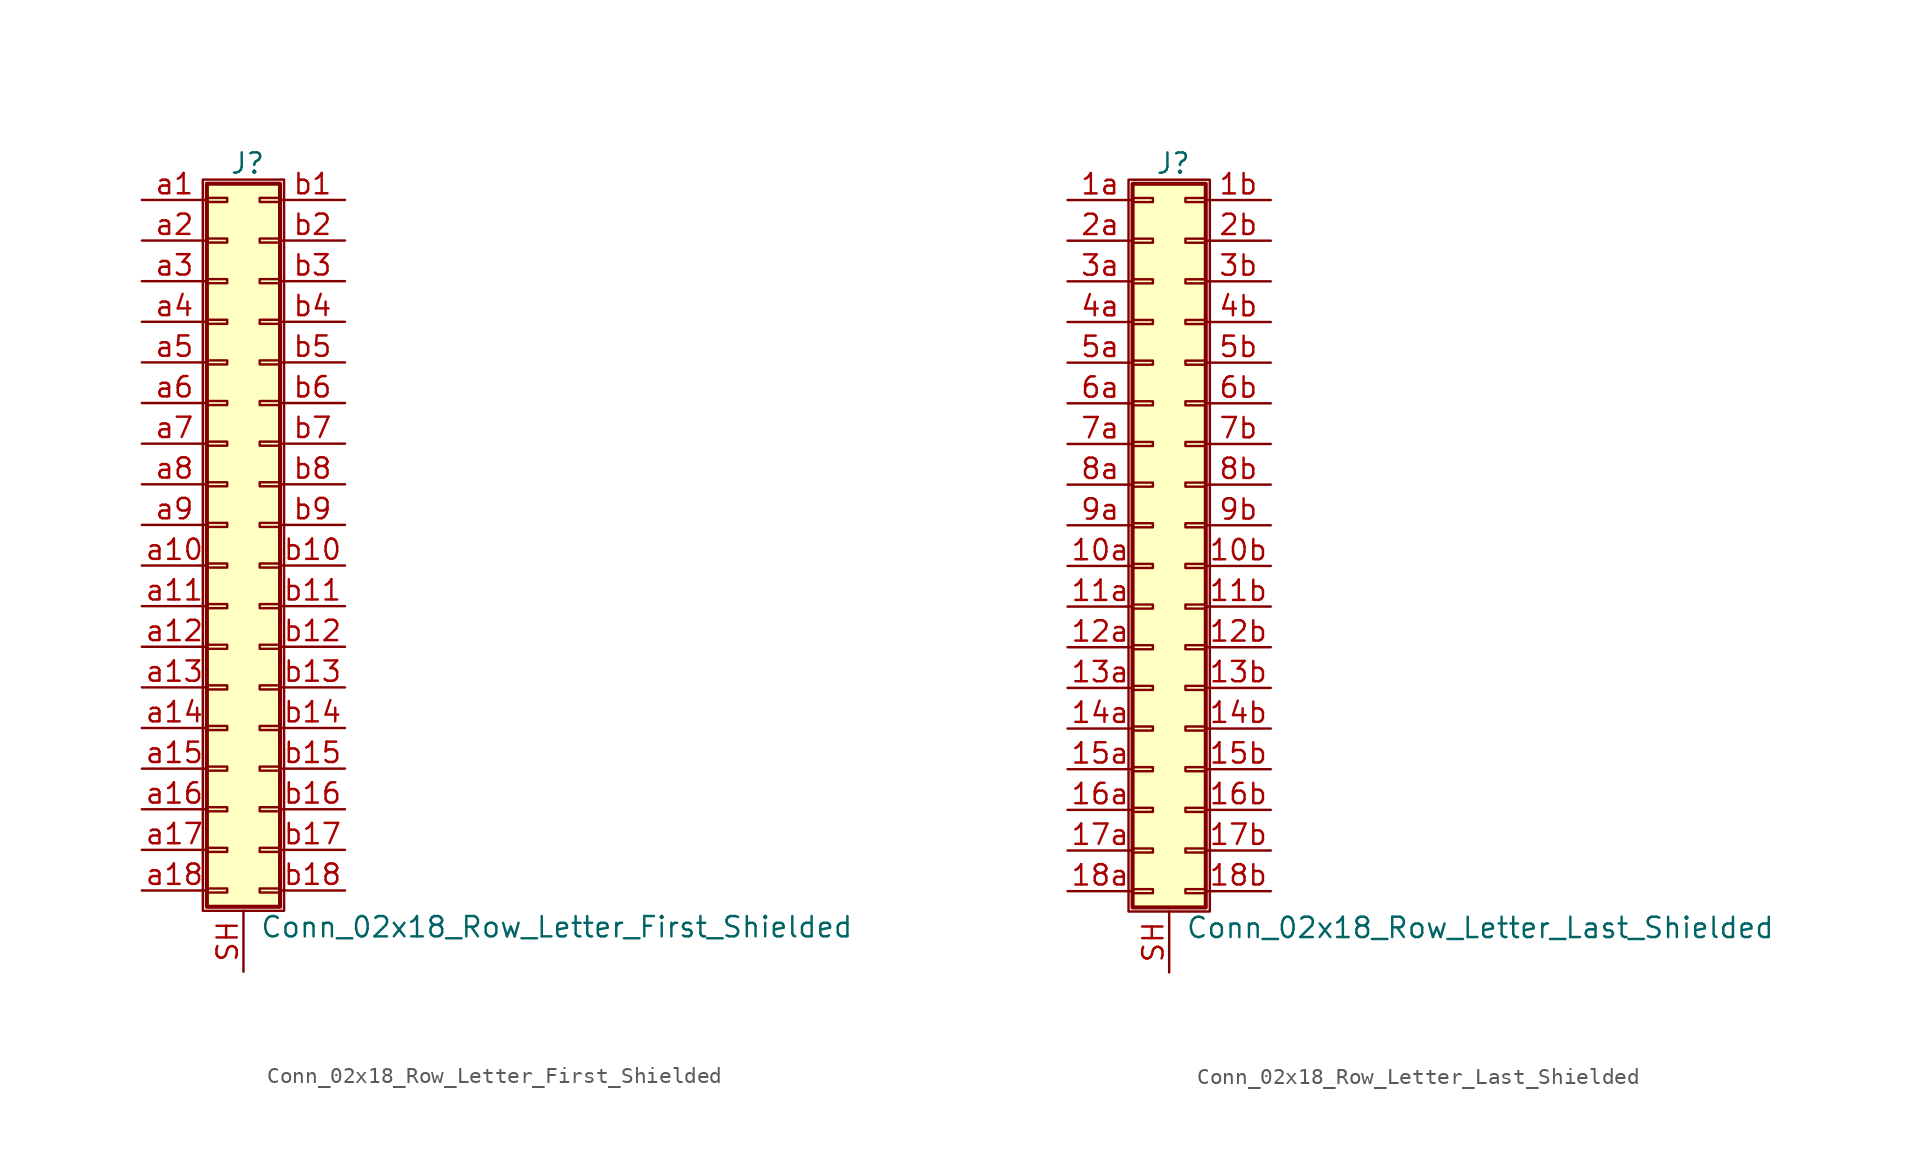
<source format=kicad_sym>
(kicad_symbol_lib
  (version 20211014)
  (generator kicad_symbol_editor)
  (symbol "Conn_02x18_Row_Letter_First_Shielded"
    (pin_names
      (offset 1.016) hide)
    (property "Reference" "J"
      (at 1.524 22.606 0)
      (effects (font (size 1.27 1.27))))
    (property "Value" "Conn_02x18_Row_Letter_First_Shielded"
      (at 2.286 -25.146 0)
      (effects (font (size 1.27 1.27)) (justify left)))
    (symbol "Conn_02x18_Row_Letter_First_Shielded_1_1"
      (rectangle (start -1.27 21.59) (end 3.81 -24.13) (stroke (width 0.152) (type default) (color 0 0 0 0)) (fill (type none)))
      (rectangle (start -1.016 -22.733) (end 0.254 -22.987) (stroke (width 0.152) (type default) (color 0 0 0 0)) (fill (type none)))
      (rectangle (start -1.016 -20.193) (end 0.254 -20.447) (stroke (width 0.152) (type default) (color 0 0 0 0)) (fill (type none)))
      (rectangle (start -1.016 -17.653) (end 0.254 -17.907) (stroke (width 0.152) (type default) (color 0 0 0 0)) (fill (type none)))
      (rectangle (start -1.016 -15.113) (end 0.254 -15.367) (stroke (width 0.152) (type default) (color 0 0 0 0)) (fill (type none)))
      (rectangle (start -1.016 -12.573) (end 0.254 -12.827) (stroke (width 0.152) (type default) (color 0 0 0 0)) (fill (type none)))
      (rectangle (start -1.016 -10.033) (end 0.254 -10.287) (stroke (width 0.152) (type default) (color 0 0 0 0)) (fill (type none)))
      (rectangle (start -1.016 -7.493) (end 0.254 -7.747) (stroke (width 0.152) (type default) (color 0 0 0 0)) (fill (type none)))
      (rectangle (start -1.016 -4.953) (end 0.254 -5.207) (stroke (width 0.152) (type default) (color 0 0 0 0)) (fill (type none)))
      (rectangle (start -1.016 -2.413) (end 0.254 -2.667) (stroke (width 0.152) (type default) (color 0 0 0 0)) (fill (type none)))
      (rectangle (start -1.016 0.127) (end 0.254 -0.127) (stroke (width 0.152) (type default) (color 0 0 0 0)) (fill (type none)))
      (rectangle (start -1.016 2.667) (end 0.254 2.413) (stroke (width 0.152) (type default) (color 0 0 0 0)) (fill (type none)))
      (rectangle (start -1.016 5.207) (end 0.254 4.953) (stroke (width 0.152) (type default) (color 0 0 0 0)) (fill (type none)))
      (rectangle (start -1.016 7.747) (end 0.254 7.493) (stroke (width 0.152) (type default) (color 0 0 0 0)) (fill (type none)))
      (rectangle (start -1.016 10.287) (end 0.254 10.033) (stroke (width 0.152) (type default) (color 0 0 0 0)) (fill (type none)))
      (rectangle (start -1.016 12.827) (end 0.254 12.573) (stroke (width 0.152) (type default) (color 0 0 0 0)) (fill (type none)))
      (rectangle (start -1.016 15.367) (end 0.254 15.113) (stroke (width 0.152) (type default) (color 0 0 0 0)) (fill (type none)))
      (rectangle (start -1.016 17.907) (end 0.254 17.653) (stroke (width 0.152) (type default) (color 0 0 0 0)) (fill (type none)))
      (rectangle (start -1.016 20.447) (end 0.254 20.193) (stroke (width 0.152) (type default) (color 0 0 0 0)) (fill (type none)))
      (rectangle (start -1.016 21.336) (end 3.556 -23.876) (stroke (width 0.254) (type default) (color 0 0 0 0)) (fill (type background)))
      (rectangle (start 3.556 -22.733) (end 2.286 -22.987) (stroke (width 0.152) (type default) (color 0 0 0 0)) (fill (type none)))
      (rectangle (start 3.556 -20.193) (end 2.286 -20.447) (stroke (width 0.152) (type default) (color 0 0 0 0)) (fill (type none)))
      (rectangle (start 3.556 -17.653) (end 2.286 -17.907) (stroke (width 0.152) (type default) (color 0 0 0 0)) (fill (type none)))
      (rectangle (start 3.556 -15.113) (end 2.286 -15.367) (stroke (width 0.152) (type default) (color 0 0 0 0)) (fill (type none)))
      (rectangle (start 3.556 -12.573) (end 2.286 -12.827) (stroke (width 0.152) (type default) (color 0 0 0 0)) (fill (type none)))
      (rectangle (start 3.556 -10.033) (end 2.286 -10.287) (stroke (width 0.152) (type default) (color 0 0 0 0)) (fill (type none)))
      (rectangle (start 3.556 -7.493) (end 2.286 -7.747) (stroke (width 0.152) (type default) (color 0 0 0 0)) (fill (type none)))
      (rectangle (start 3.556 -4.953) (end 2.286 -5.207) (stroke (width 0.152) (type default) (color 0 0 0 0)) (fill (type none)))
      (rectangle (start 3.556 -2.413) (end 2.286 -2.667) (stroke (width 0.152) (type default) (color 0 0 0 0)) (fill (type none)))
      (rectangle (start 3.556 0.127) (end 2.286 -0.127) (stroke (width 0.152) (type default) (color 0 0 0 0)) (fill (type none)))
      (rectangle (start 3.556 2.667) (end 2.286 2.413) (stroke (width 0.152) (type default) (color 0 0 0 0)) (fill (type none)))
      (rectangle (start 3.556 5.207) (end 2.286 4.953) (stroke (width 0.152) (type default) (color 0 0 0 0)) (fill (type none)))
      (rectangle (start 3.556 7.747) (end 2.286 7.493) (stroke (width 0.152) (type default) (color 0 0 0 0)) (fill (type none)))
      (rectangle (start 3.556 10.287) (end 2.286 10.033) (stroke (width 0.152) (type default) (color 0 0 0 0)) (fill (type none)))
      (rectangle (start 3.556 12.827) (end 2.286 12.573) (stroke (width 0.152) (type default) (color 0 0 0 0)) (fill (type none)))
      (rectangle (start 3.556 15.367) (end 2.286 15.113) (stroke (width 0.152) (type default) (color 0 0 0 0)) (fill (type none)))
      (rectangle (start 3.556 17.907) (end 2.286 17.653) (stroke (width 0.152) (type default) (color 0 0 0 0)) (fill (type none)))
      (rectangle (start 3.556 20.447) (end 2.286 20.193) (stroke (width 0.152) (type default) (color 0 0 0 0)) (fill (type none)))
      (pin passive line (at 1.27 -27.94 90) (length 3.81) (name "Shield" (effects (font (size 1.27 1.27)))) (number "SH" (effects (font (size 1.27 1.27)))))
      (pin passive line (at -5.08 20.32 0) (length 4.064) (name "Pin_a1" (effects (font (size 1.27 1.27)))) (number "a1" (effects (font (size 1.27 1.27)))))
      (pin passive line (at -5.08 -2.54 0) (length 4.064) (name "Pin_a10" (effects (font (size 1.27 1.27)))) (number "a10" (effects (font (size 1.27 1.27)))))
      (pin passive line (at -5.08 -5.08 0) (length 4.064) (name "Pin_a11" (effects (font (size 1.27 1.27)))) (number "a11" (effects (font (size 1.27 1.27)))))
      (pin passive line (at -5.08 -7.62 0) (length 4.064) (name "Pin_a12" (effects (font (size 1.27 1.27)))) (number "a12" (effects (font (size 1.27 1.27)))))
      (pin passive line (at -5.08 -10.16 0) (length 4.064) (name "Pin_a13" (effects (font (size 1.27 1.27)))) (number "a13" (effects (font (size 1.27 1.27)))))
      (pin passive line (at -5.08 -12.7 0) (length 4.064) (name "Pin_a14" (effects (font (size 1.27 1.27)))) (number "a14" (effects (font (size 1.27 1.27)))))
      (pin passive line (at -5.08 -15.24 0) (length 4.064) (name "Pin_a15" (effects (font (size 1.27 1.27)))) (number "a15" (effects (font (size 1.27 1.27)))))
      (pin passive line (at -5.08 -17.78 0) (length 4.064) (name "Pin_a16" (effects (font (size 1.27 1.27)))) (number "a16" (effects (font (size 1.27 1.27)))))
      (pin passive line (at -5.08 -20.32 0) (length 4.064) (name "Pin_a17" (effects (font (size 1.27 1.27)))) (number "a17" (effects (font (size 1.27 1.27)))))
      (pin passive line (at -5.08 -22.86 0) (length 4.064) (name "Pin_a18" (effects (font (size 1.27 1.27)))) (number "a18" (effects (font (size 1.27 1.27)))))
      (pin passive line (at -5.08 17.78 0) (length 4.064) (name "Pin_a2" (effects (font (size 1.27 1.27)))) (number "a2" (effects (font (size 1.27 1.27)))))
      (pin passive line (at -5.08 15.24 0) (length 4.064) (name "Pin_a3" (effects (font (size 1.27 1.27)))) (number "a3" (effects (font (size 1.27 1.27)))))
      (pin passive line (at -5.08 12.7 0) (length 4.064) (name "Pin_a4" (effects (font (size 1.27 1.27)))) (number "a4" (effects (font (size 1.27 1.27)))))
      (pin passive line (at -5.08 10.16 0) (length 4.064) (name "Pin_a5" (effects (font (size 1.27 1.27)))) (number "a5" (effects (font (size 1.27 1.27)))))
      (pin passive line (at -5.08 7.62 0) (length 4.064) (name "Pin_a6" (effects (font (size 1.27 1.27)))) (number "a6" (effects (font (size 1.27 1.27)))))
      (pin passive line (at -5.08 5.08 0) (length 4.064) (name "Pin_a7" (effects (font (size 1.27 1.27)))) (number "a7" (effects (font (size 1.27 1.27)))))
      (pin passive line (at -5.08 2.54 0) (length 4.064) (name "Pin_a8" (effects (font (size 1.27 1.27)))) (number "a8" (effects (font (size 1.27 1.27)))))
      (pin passive line (at -5.08 0 0) (length 4.064) (name "Pin_a9" (effects (font (size 1.27 1.27)))) (number "a9" (effects (font (size 1.27 1.27)))))
      (pin passive line (at 7.62 20.32 180) (length 4.064) (name "Pin_b1" (effects (font (size 1.27 1.27)))) (number "b1" (effects (font (size 1.27 1.27)))))
      (pin passive line (at 7.62 -2.54 180) (length 4.064) (name "Pin_b10" (effects (font (size 1.27 1.27)))) (number "b10" (effects (font (size 1.27 1.27)))))
      (pin passive line (at 7.62 -5.08 180) (length 4.064) (name "Pin_b11" (effects (font (size 1.27 1.27)))) (number "b11" (effects (font (size 1.27 1.27)))))
      (pin passive line (at 7.62 -7.62 180) (length 4.064) (name "Pin_b12" (effects (font (size 1.27 1.27)))) (number "b12" (effects (font (size 1.27 1.27)))))
      (pin passive line (at 7.62 -10.16 180) (length 4.064) (name "Pin_b13" (effects (font (size 1.27 1.27)))) (number "b13" (effects (font (size 1.27 1.27)))))
      (pin passive line (at 7.62 -12.7 180) (length 4.064) (name "Pin_b14" (effects (font (size 1.27 1.27)))) (number "b14" (effects (font (size 1.27 1.27)))))
      (pin passive line (at 7.62 -15.24 180) (length 4.064) (name "Pin_b15" (effects (font (size 1.27 1.27)))) (number "b15" (effects (font (size 1.27 1.27)))))
      (pin passive line (at 7.62 -17.78 180) (length 4.064) (name "Pin_b16" (effects (font (size 1.27 1.27)))) (number "b16" (effects (font (size 1.27 1.27)))))
      (pin passive line (at 7.62 -20.32 180) (length 4.064) (name "Pin_b17" (effects (font (size 1.27 1.27)))) (number "b17" (effects (font (size 1.27 1.27)))))
      (pin passive line (at 7.62 -22.86 180) (length 4.064) (name "Pin_b18" (effects (font (size 1.27 1.27)))) (number "b18" (effects (font (size 1.27 1.27)))))
      (pin passive line (at 7.62 17.78 180) (length 4.064) (name "Pin_b2" (effects (font (size 1.27 1.27)))) (number "b2" (effects (font (size 1.27 1.27)))))
      (pin passive line (at 7.62 15.24 180) (length 4.064) (name "Pin_b3" (effects (font (size 1.27 1.27)))) (number "b3" (effects (font (size 1.27 1.27)))))
      (pin passive line (at 7.62 12.7 180) (length 4.064) (name "Pin_b4" (effects (font (size 1.27 1.27)))) (number "b4" (effects (font (size 1.27 1.27)))))
      (pin passive line (at 7.62 10.16 180) (length 4.064) (name "Pin_b5" (effects (font (size 1.27 1.27)))) (number "b5" (effects (font (size 1.27 1.27)))))
      (pin passive line (at 7.62 7.62 180) (length 4.064) (name "Pin_b6" (effects (font (size 1.27 1.27)))) (number "b6" (effects (font (size 1.27 1.27)))))
      (pin passive line (at 7.62 5.08 180) (length 4.064) (name "Pin_b7" (effects (font (size 1.27 1.27)))) (number "b7" (effects (font (size 1.27 1.27)))))
      (pin passive line (at 7.62 2.54 180) (length 4.064) (name "Pin_b8" (effects (font (size 1.27 1.27)))) (number "b8" (effects (font (size 1.27 1.27)))))
      (pin passive line (at 7.62 0 180) (length 4.064) (name "Pin_b9" (effects (font (size 1.27 1.27)))) (number "b9" (effects (font (size 1.27 1.27)))))))
  (symbol "Conn_02x18_Row_Letter_Last_Shielded"
    (pin_names
      (offset 1.016) hide)
    (property "Reference" "J"
      (at 1.524 22.606 0)
      (effects (font (size 1.27 1.27))))
    (property "Value" "Conn_02x18_Row_Letter_Last_Shielded"
      (at 2.286 -25.146 0)
      (effects (font (size 1.27 1.27)) (justify left)))
    (symbol "Conn_02x18_Row_Letter_Last_Shielded_1_1"
      (rectangle (start -1.27 21.59) (end 3.81 -24.13) (stroke (width 0.152) (type default) (color 0 0 0 0)) (fill (type none)))
      (rectangle (start -1.016 -22.733) (end 0.254 -22.987) (stroke (width 0.152) (type default) (color 0 0 0 0)) (fill (type none)))
      (rectangle (start -1.016 -20.193) (end 0.254 -20.447) (stroke (width 0.152) (type default) (color 0 0 0 0)) (fill (type none)))
      (rectangle (start -1.016 -17.653) (end 0.254 -17.907) (stroke (width 0.152) (type default) (color 0 0 0 0)) (fill (type none)))
      (rectangle (start -1.016 -15.113) (end 0.254 -15.367) (stroke (width 0.152) (type default) (color 0 0 0 0)) (fill (type none)))
      (rectangle (start -1.016 -12.573) (end 0.254 -12.827) (stroke (width 0.152) (type default) (color 0 0 0 0)) (fill (type none)))
      (rectangle (start -1.016 -10.033) (end 0.254 -10.287) (stroke (width 0.152) (type default) (color 0 0 0 0)) (fill (type none)))
      (rectangle (start -1.016 -7.493) (end 0.254 -7.747) (stroke (width 0.152) (type default) (color 0 0 0 0)) (fill (type none)))
      (rectangle (start -1.016 -4.953) (end 0.254 -5.207) (stroke (width 0.152) (type default) (color 0 0 0 0)) (fill (type none)))
      (rectangle (start -1.016 -2.413) (end 0.254 -2.667) (stroke (width 0.152) (type default) (color 0 0 0 0)) (fill (type none)))
      (rectangle (start -1.016 0.127) (end 0.254 -0.127) (stroke (width 0.152) (type default) (color 0 0 0 0)) (fill (type none)))
      (rectangle (start -1.016 2.667) (end 0.254 2.413) (stroke (width 0.152) (type default) (color 0 0 0 0)) (fill (type none)))
      (rectangle (start -1.016 5.207) (end 0.254 4.953) (stroke (width 0.152) (type default) (color 0 0 0 0)) (fill (type none)))
      (rectangle (start -1.016 7.747) (end 0.254 7.493) (stroke (width 0.152) (type default) (color 0 0 0 0)) (fill (type none)))
      (rectangle (start -1.016 10.287) (end 0.254 10.033) (stroke (width 0.152) (type default) (color 0 0 0 0)) (fill (type none)))
      (rectangle (start -1.016 12.827) (end 0.254 12.573) (stroke (width 0.152) (type default) (color 0 0 0 0)) (fill (type none)))
      (rectangle (start -1.016 15.367) (end 0.254 15.113) (stroke (width 0.152) (type default) (color 0 0 0 0)) (fill (type none)))
      (rectangle (start -1.016 17.907) (end 0.254 17.653) (stroke (width 0.152) (type default) (color 0 0 0 0)) (fill (type none)))
      (rectangle (start -1.016 20.447) (end 0.254 20.193) (stroke (width 0.152) (type default) (color 0 0 0 0)) (fill (type none)))
      (rectangle (start -1.016 21.336) (end 3.556 -23.876) (stroke (width 0.254) (type default) (color 0 0 0 0)) (fill (type background)))
      (rectangle (start 3.556 -22.733) (end 2.286 -22.987) (stroke (width 0.152) (type default) (color 0 0 0 0)) (fill (type none)))
      (rectangle (start 3.556 -20.193) (end 2.286 -20.447) (stroke (width 0.152) (type default) (color 0 0 0 0)) (fill (type none)))
      (rectangle (start 3.556 -17.653) (end 2.286 -17.907) (stroke (width 0.152) (type default) (color 0 0 0 0)) (fill (type none)))
      (rectangle (start 3.556 -15.113) (end 2.286 -15.367) (stroke (width 0.152) (type default) (color 0 0 0 0)) (fill (type none)))
      (rectangle (start 3.556 -12.573) (end 2.286 -12.827) (stroke (width 0.152) (type default) (color 0 0 0 0)) (fill (type none)))
      (rectangle (start 3.556 -10.033) (end 2.286 -10.287) (stroke (width 0.152) (type default) (color 0 0 0 0)) (fill (type none)))
      (rectangle (start 3.556 -7.493) (end 2.286 -7.747) (stroke (width 0.152) (type default) (color 0 0 0 0)) (fill (type none)))
      (rectangle (start 3.556 -4.953) (end 2.286 -5.207) (stroke (width 0.152) (type default) (color 0 0 0 0)) (fill (type none)))
      (rectangle (start 3.556 -2.413) (end 2.286 -2.667) (stroke (width 0.152) (type default) (color 0 0 0 0)) (fill (type none)))
      (rectangle (start 3.556 0.127) (end 2.286 -0.127) (stroke (width 0.152) (type default) (color 0 0 0 0)) (fill (type none)))
      (rectangle (start 3.556 2.667) (end 2.286 2.413) (stroke (width 0.152) (type default) (color 0 0 0 0)) (fill (type none)))
      (rectangle (start 3.556 5.207) (end 2.286 4.953) (stroke (width 0.152) (type default) (color 0 0 0 0)) (fill (type none)))
      (rectangle (start 3.556 7.747) (end 2.286 7.493) (stroke (width 0.152) (type default) (color 0 0 0 0)) (fill (type none)))
      (rectangle (start 3.556 10.287) (end 2.286 10.033) (stroke (width 0.152) (type default) (color 0 0 0 0)) (fill (type none)))
      (rectangle (start 3.556 12.827) (end 2.286 12.573) (stroke (width 0.152) (type default) (color 0 0 0 0)) (fill (type none)))
      (rectangle (start 3.556 15.367) (end 2.286 15.113) (stroke (width 0.152) (type default) (color 0 0 0 0)) (fill (type none)))
      (rectangle (start 3.556 17.907) (end 2.286 17.653) (stroke (width 0.152) (type default) (color 0 0 0 0)) (fill (type none)))
      (rectangle (start 3.556 20.447) (end 2.286 20.193) (stroke (width 0.152) (type default) (color 0 0 0 0)) (fill (type none)))
      (pin passive line (at -5.08 -2.54 0) (length 4.064) (name "Pin_10a" (effects (font (size 1.27 1.27)))) (number "10a" (effects (font (size 1.27 1.27)))))
      (pin passive line (at 7.62 -2.54 180) (length 4.064) (name "Pin_10b" (effects (font (size 1.27 1.27)))) (number "10b" (effects (font (size 1.27 1.27)))))
      (pin passive line (at -5.08 -5.08 0) (length 4.064) (name "Pin_11a" (effects (font (size 1.27 1.27)))) (number "11a" (effects (font (size 1.27 1.27)))))
      (pin passive line (at 7.62 -5.08 180) (length 4.064) (name "Pin_11b" (effects (font (size 1.27 1.27)))) (number "11b" (effects (font (size 1.27 1.27)))))
      (pin passive line (at -5.08 -7.62 0) (length 4.064) (name "Pin_12a" (effects (font (size 1.27 1.27)))) (number "12a" (effects (font (size 1.27 1.27)))))
      (pin passive line (at 7.62 -7.62 180) (length 4.064) (name "Pin_12b" (effects (font (size 1.27 1.27)))) (number "12b" (effects (font (size 1.27 1.27)))))
      (pin passive line (at -5.08 -10.16 0) (length 4.064) (name "Pin_13a" (effects (font (size 1.27 1.27)))) (number "13a" (effects (font (size 1.27 1.27)))))
      (pin passive line (at 7.62 -10.16 180) (length 4.064) (name "Pin_13b" (effects (font (size 1.27 1.27)))) (number "13b" (effects (font (size 1.27 1.27)))))
      (pin passive line (at -5.08 -12.7 0) (length 4.064) (name "Pin_14a" (effects (font (size 1.27 1.27)))) (number "14a" (effects (font (size 1.27 1.27)))))
      (pin passive line (at 7.62 -12.7 180) (length 4.064) (name "Pin_14b" (effects (font (size 1.27 1.27)))) (number "14b" (effects (font (size 1.27 1.27)))))
      (pin passive line (at -5.08 -15.24 0) (length 4.064) (name "Pin_15a" (effects (font (size 1.27 1.27)))) (number "15a" (effects (font (size 1.27 1.27)))))
      (pin passive line (at 7.62 -15.24 180) (length 4.064) (name "Pin_15b" (effects (font (size 1.27 1.27)))) (number "15b" (effects (font (size 1.27 1.27)))))
      (pin passive line (at -5.08 -17.78 0) (length 4.064) (name "Pin_16a" (effects (font (size 1.27 1.27)))) (number "16a" (effects (font (size 1.27 1.27)))))
      (pin passive line (at 7.62 -17.78 180) (length 4.064) (name "Pin_16b" (effects (font (size 1.27 1.27)))) (number "16b" (effects (font (size 1.27 1.27)))))
      (pin passive line (at -5.08 -20.32 0) (length 4.064) (name "Pin_17a" (effects (font (size 1.27 1.27)))) (number "17a" (effects (font (size 1.27 1.27)))))
      (pin passive line (at 7.62 -20.32 180) (length 4.064) (name "Pin_17b" (effects (font (size 1.27 1.27)))) (number "17b" (effects (font (size 1.27 1.27)))))
      (pin passive line (at -5.08 -22.86 0) (length 4.064) (name "Pin_18a" (effects (font (size 1.27 1.27)))) (number "18a" (effects (font (size 1.27 1.27)))))
      (pin passive line (at 7.62 -22.86 180) (length 4.064) (name "Pin_18b" (effects (font (size 1.27 1.27)))) (number "18b" (effects (font (size 1.27 1.27)))))
      (pin passive line (at -5.08 20.32 0) (length 4.064) (name "Pin_1a" (effects (font (size 1.27 1.27)))) (number "1a" (effects (font (size 1.27 1.27)))))
      (pin passive line (at 7.62 20.32 180) (length 4.064) (name "Pin_1b" (effects (font (size 1.27 1.27)))) (number "1b" (effects (font (size 1.27 1.27)))))
      (pin passive line (at -5.08 17.78 0) (length 4.064) (name "Pin_2a" (effects (font (size 1.27 1.27)))) (number "2a" (effects (font (size 1.27 1.27)))))
      (pin passive line (at 7.62 17.78 180) (length 4.064) (name "Pin_2b" (effects (font (size 1.27 1.27)))) (number "2b" (effects (font (size 1.27 1.27)))))
      (pin passive line (at -5.08 15.24 0) (length 4.064) (name "Pin_3a" (effects (font (size 1.27 1.27)))) (number "3a" (effects (font (size 1.27 1.27)))))
      (pin passive line (at 7.62 15.24 180) (length 4.064) (name "Pin_3b" (effects (font (size 1.27 1.27)))) (number "3b" (effects (font (size 1.27 1.27)))))
      (pin passive line (at -5.08 12.7 0) (length 4.064) (name "Pin_4a" (effects (font (size 1.27 1.27)))) (number "4a" (effects (font (size 1.27 1.27)))))
      (pin passive line (at 7.62 12.7 180) (length 4.064) (name "Pin_4b" (effects (font (size 1.27 1.27)))) (number "4b" (effects (font (size 1.27 1.27)))))
      (pin passive line (at -5.08 10.16 0) (length 4.064) (name "Pin_5a" (effects (font (size 1.27 1.27)))) (number "5a" (effects (font (size 1.27 1.27)))))
      (pin passive line (at 7.62 10.16 180) (length 4.064) (name "Pin_5b" (effects (font (size 1.27 1.27)))) (number "5b" (effects (font (size 1.27 1.27)))))
      (pin passive line (at -5.08 7.62 0) (length 4.064) (name "Pin_6a" (effects (font (size 1.27 1.27)))) (number "6a" (effects (font (size 1.27 1.27)))))
      (pin passive line (at 7.62 7.62 180) (length 4.064) (name "Pin_6b" (effects (font (size 1.27 1.27)))) (number "6b" (effects (font (size 1.27 1.27)))))
      (pin passive line (at -5.08 5.08 0) (length 4.064) (name "Pin_7a" (effects (font (size 1.27 1.27)))) (number "7a" (effects (font (size 1.27 1.27)))))
      (pin passive line (at 7.62 5.08 180) (length 4.064) (name "Pin_7b" (effects (font (size 1.27 1.27)))) (number "7b" (effects (font (size 1.27 1.27)))))
      (pin passive line (at -5.08 2.54 0) (length 4.064) (name "Pin_8a" (effects (font (size 1.27 1.27)))) (number "8a" (effects (font (size 1.27 1.27)))))
      (pin passive line (at 7.62 2.54 180) (length 4.064) (name "Pin_8b" (effects (font (size 1.27 1.27)))) (number "8b" (effects (font (size 1.27 1.27)))))
      (pin passive line (at -5.08 0 0) (length 4.064) (name "Pin_9a" (effects (font (size 1.27 1.27)))) (number "9a" (effects (font (size 1.27 1.27)))))
      (pin passive line (at 7.62 0 180) (length 4.064) (name "Pin_9b" (effects (font (size 1.27 1.27)))) (number "9b" (effects (font (size 1.27 1.27)))))
      (pin passive line (at 1.27 -27.94 90) (length 3.81) (name "Shield" (effects (font (size 1.27 1.27)))) (number "SH" (effects (font (size 1.27 1.27))))))))
</source>
